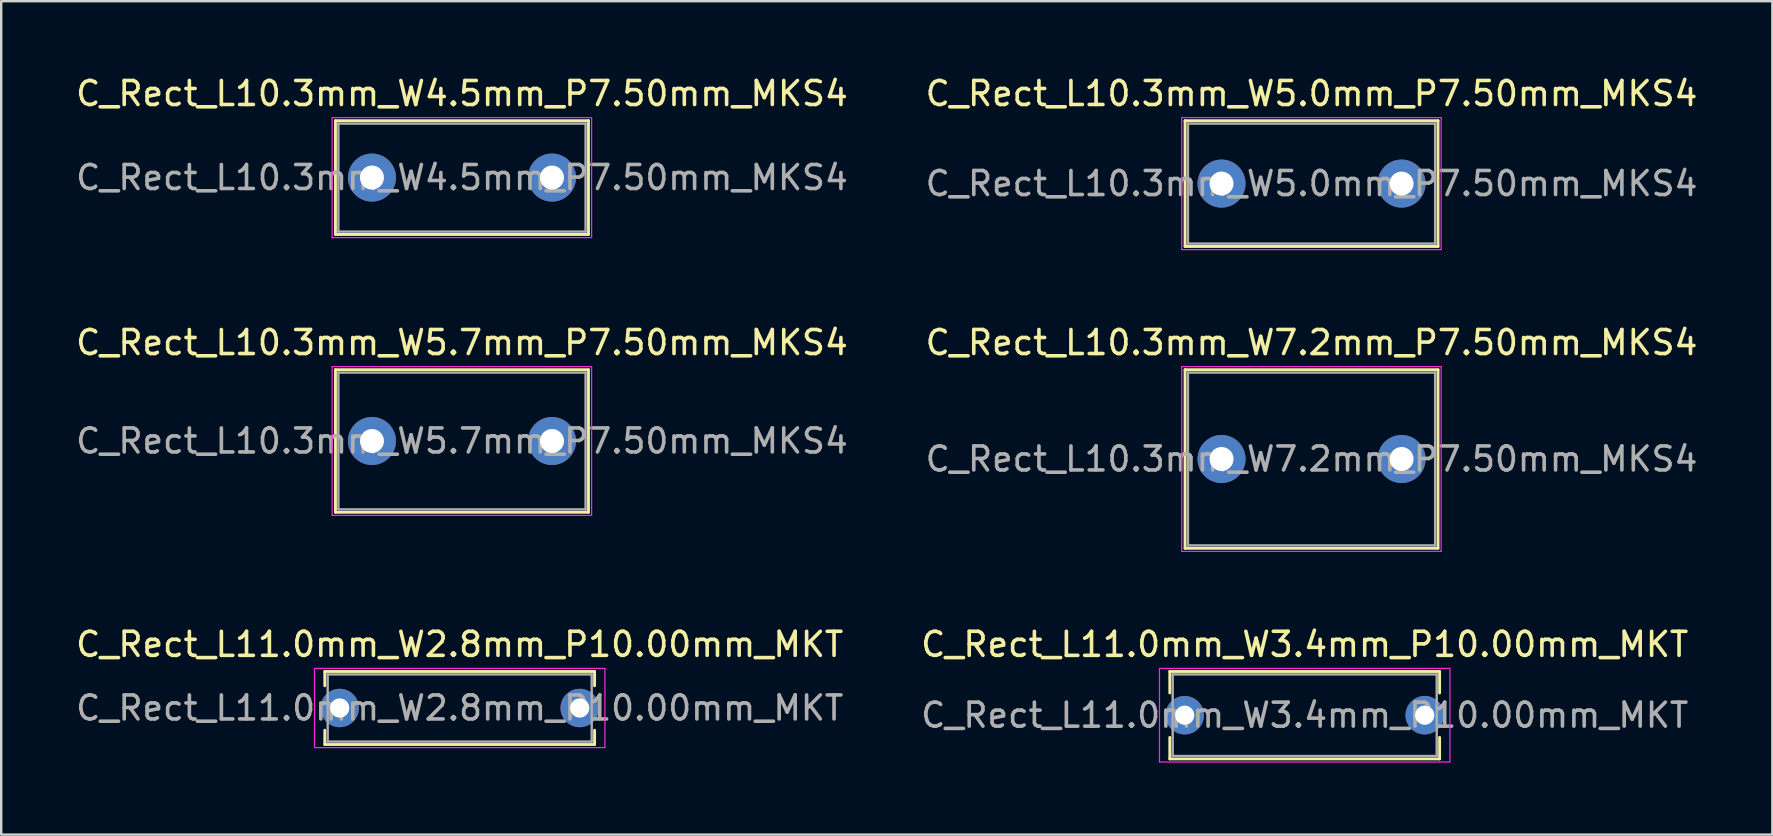
<source format=kicad_pcb>
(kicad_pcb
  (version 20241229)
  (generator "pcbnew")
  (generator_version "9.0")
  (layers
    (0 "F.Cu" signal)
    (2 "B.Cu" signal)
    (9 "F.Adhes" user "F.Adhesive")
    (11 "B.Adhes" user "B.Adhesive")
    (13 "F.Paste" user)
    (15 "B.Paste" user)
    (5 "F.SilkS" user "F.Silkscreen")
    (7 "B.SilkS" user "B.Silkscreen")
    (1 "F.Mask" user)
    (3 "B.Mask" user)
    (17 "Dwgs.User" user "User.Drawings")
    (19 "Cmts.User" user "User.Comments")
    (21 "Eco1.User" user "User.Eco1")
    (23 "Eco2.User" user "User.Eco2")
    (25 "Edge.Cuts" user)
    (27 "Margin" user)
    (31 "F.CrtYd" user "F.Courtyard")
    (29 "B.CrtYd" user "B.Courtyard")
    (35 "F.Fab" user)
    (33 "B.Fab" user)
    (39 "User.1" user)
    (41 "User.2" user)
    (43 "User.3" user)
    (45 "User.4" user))
  (footprint "C_Rect_L10.3mm_W5.7mm_P7.50mm_MKS4"
    (layer "F.Cu")
    (at 12.446 15.322)
    (property "Reference" "C_Rect_L10.3mm_W5.7mm_P7.50mm_MKS4" (at 3.75 -4.1 0) (layer "F.SilkS") (effects (font (size 1 1) (thickness 0.15))))
    (attr through_hole)
    (fp_line (start -1.52 -2.97) (end -1.52 2.97) (stroke (width 0.12) (type solid)) (layer "F.SilkS"))
    (fp_line (start -1.52 -2.97) (end 9.02 -2.97) (stroke (width 0.12) (type solid)) (layer "F.SilkS"))
    (fp_line (start -1.52 2.97) (end 9.02 2.97) (stroke (width 0.12) (type solid)) (layer "F.SilkS"))
    (fp_line (start 9.02 -2.97) (end 9.02 2.97) (stroke (width 0.12) (type solid)) (layer "F.SilkS"))
    (fp_line (start -1.66 -3.1) (end -1.66 3.1) (stroke (width 0.05) (type solid)) (layer "F.CrtYd"))
    (fp_line (start -1.66 3.1) (end 9.15 3.1) (stroke (width 0.05) (type solid)) (layer "F.CrtYd"))
    (fp_line (start 9.15 -3.1) (end -1.66 -3.1) (stroke (width 0.05) (type solid)) (layer "F.CrtYd"))
    (fp_line (start 9.15 3.1) (end 9.15 -3.1) (stroke (width 0.05) (type solid)) (layer "F.CrtYd"))
    (fp_line (start -1.4 -2.85) (end -1.4 2.85) (stroke (width 0.1) (type solid)) (layer "F.Fab"))
    (fp_line (start -1.4 2.85) (end 8.9 2.85) (stroke (width 0.1) (type solid)) (layer "F.Fab"))
    (fp_line (start 8.9 -2.85) (end -1.4 -2.85) (stroke (width 0.1) (type solid)) (layer "F.Fab"))
    (fp_line (start 8.9 2.85) (end 8.9 -2.85) (stroke (width 0.1) (type solid)) (layer "F.Fab"))
    (fp_text user "${REFERENCE}" (at 3.75 0 0) (layer "F.Fab") (effects (font (size 1 1) (thickness 0.15))))
    (pad "1" thru_hole circle (at 0 0) (size 2 2) (drill 1) (layers "*.Cu" "*.Mask"))
    (pad "2" thru_hole circle (at 7.5 0) (size 2 2) (drill 1) (layers "*.Cu" "*.Mask")))
  (footprint "C_Rect_L10.3mm_W4.5mm_P7.50mm_MKS4"
    (layer "F.Cu")
    (at 12.446 4.348)
    (property "Reference" "C_Rect_L10.3mm_W4.5mm_P7.50mm_MKS4" (at 3.75 -3.5 0) (layer "F.SilkS") (effects (font (size 1 1) (thickness 0.15))))
    (attr through_hole)
    (fp_line (start -1.52 -2.37) (end -1.52 2.37) (stroke (width 0.12) (type solid)) (layer "F.SilkS"))
    (fp_line (start -1.52 -2.37) (end 9.02 -2.37) (stroke (width 0.12) (type solid)) (layer "F.SilkS"))
    (fp_line (start -1.52 2.37) (end 9.02 2.37) (stroke (width 0.12) (type solid)) (layer "F.SilkS"))
    (fp_line (start 9.02 -2.37) (end 9.02 2.37) (stroke (width 0.12) (type solid)) (layer "F.SilkS"))
    (fp_line (start -1.66 -2.5) (end -1.66 2.5) (stroke (width 0.05) (type solid)) (layer "F.CrtYd"))
    (fp_line (start -1.66 2.5) (end 9.15 2.5) (stroke (width 0.05) (type solid)) (layer "F.CrtYd"))
    (fp_line (start 9.15 -2.5) (end -1.66 -2.5) (stroke (width 0.05) (type solid)) (layer "F.CrtYd"))
    (fp_line (start 9.15 2.5) (end 9.15 -2.5) (stroke (width 0.05) (type solid)) (layer "F.CrtYd"))
    (fp_line (start -1.4 -2.25) (end -1.4 2.25) (stroke (width 0.1) (type solid)) (layer "F.Fab"))
    (fp_line (start -1.4 2.25) (end 8.9 2.25) (stroke (width 0.1) (type solid)) (layer "F.Fab"))
    (fp_line (start 8.9 -2.25) (end -1.4 -2.25) (stroke (width 0.1) (type solid)) (layer "F.Fab"))
    (fp_line (start 8.9 2.25) (end 8.9 -2.25) (stroke (width 0.1) (type solid)) (layer "F.Fab"))
    (fp_text user "${REFERENCE}" (at 3.75 0 0) (layer "F.Fab") (effects (font (size 1 1) (thickness 0.15))))
    (pad "1" thru_hole circle (at 0 0) (size 2 2) (drill 1) (layers "*.Cu" "*.Mask"))
    (pad "2" thru_hole circle (at 7.5 0) (size 2 2) (drill 1) (layers "*.Cu" "*.Mask")))
  (footprint "C_Rect_L11.0mm_W2.8mm_P10.00mm_MKT"
    (layer "F.Cu")
    (at 11.101 26.445)
    (property "Reference" "C_Rect_L11.0mm_W2.8mm_P10.00mm_MKT" (at 5 -2.65 0) (layer "F.SilkS") (effects (font (size 1 1) (thickness 0.15))))
    (attr through_hole)
    (fp_line (start -0.62 -1.52) (end -0.62 -0.925) (stroke (width 0.12) (type solid)) (layer "F.SilkS"))
    (fp_line (start -0.62 -1.52) (end 10.62 -1.52) (stroke (width 0.12) (type solid)) (layer "F.SilkS"))
    (fp_line (start -0.62 0.925) (end -0.62 1.52) (stroke (width 0.12) (type solid)) (layer "F.SilkS"))
    (fp_line (start -0.62 1.52) (end 10.62 1.52) (stroke (width 0.12) (type solid)) (layer "F.SilkS"))
    (fp_line (start 10.62 -1.52) (end 10.62 -0.925) (stroke (width 0.12) (type solid)) (layer "F.SilkS"))
    (fp_line (start 10.62 0.925) (end 10.62 1.52) (stroke (width 0.12) (type solid)) (layer "F.SilkS"))
    (fp_line (start -1.05 -1.65) (end -1.05 1.65) (stroke (width 0.05) (type solid)) (layer "F.CrtYd"))
    (fp_line (start -1.05 1.65) (end 11.05 1.65) (stroke (width 0.05) (type solid)) (layer "F.CrtYd"))
    (fp_line (start 11.05 -1.65) (end -1.05 -1.65) (stroke (width 0.05) (type solid)) (layer "F.CrtYd"))
    (fp_line (start 11.05 1.65) (end 11.05 -1.65) (stroke (width 0.05) (type solid)) (layer "F.CrtYd"))
    (fp_line (start -0.5 -1.4) (end -0.5 1.4) (stroke (width 0.1) (type solid)) (layer "F.Fab"))
    (fp_line (start -0.5 1.4) (end 10.5 1.4) (stroke (width 0.1) (type solid)) (layer "F.Fab"))
    (fp_line (start 10.5 -1.4) (end -0.5 -1.4) (stroke (width 0.1) (type solid)) (layer "F.Fab"))
    (fp_line (start 10.5 1.4) (end 10.5 -1.4) (stroke (width 0.1) (type solid)) (layer "F.Fab"))
    (fp_text user "${REFERENCE}" (at 5 0 0) (layer "F.Fab") (effects (font (size 1 1) (thickness 0.15))))
    (pad "1" thru_hole circle (at 0 0) (size 1.6 1.6) (drill 0.8) (layers "*.Cu" "*.Mask"))
    (pad "2" thru_hole circle (at 10 0) (size 1.6 1.6) (drill 0.8) (layers "*.Cu" "*.Mask")))
  (footprint "C_Rect_L11.0mm_W3.4mm_P10.00mm_MKT"
    (layer "F.Cu")
    (at 46.304 26.745)
    (property "Reference" "C_Rect_L11.0mm_W3.4mm_P10.00mm_MKT" (at 5 -2.95 0) (layer "F.SilkS") (effects (font (size 1 1) (thickness 0.15))))
    (attr through_hole)
    (fp_line (start -0.62 -1.82) (end -0.62 -0.925) (stroke (width 0.12) (type solid)) (layer "F.SilkS"))
    (fp_line (start -0.62 -1.82) (end 10.62 -1.82) (stroke (width 0.12) (type solid)) (layer "F.SilkS"))
    (fp_line (start -0.62 0.925) (end -0.62 1.82) (stroke (width 0.12) (type solid)) (layer "F.SilkS"))
    (fp_line (start -0.62 1.82) (end 10.62 1.82) (stroke (width 0.12) (type solid)) (layer "F.SilkS"))
    (fp_line (start 10.62 -1.82) (end 10.62 -0.925) (stroke (width 0.12) (type solid)) (layer "F.SilkS"))
    (fp_line (start 10.62 0.925) (end 10.62 1.82) (stroke (width 0.12) (type solid)) (layer "F.SilkS"))
    (fp_line (start -1.05 -1.95) (end -1.05 1.95) (stroke (width 0.05) (type solid)) (layer "F.CrtYd"))
    (fp_line (start -1.05 1.95) (end 11.05 1.95) (stroke (width 0.05) (type solid)) (layer "F.CrtYd"))
    (fp_line (start 11.05 -1.95) (end -1.05 -1.95) (stroke (width 0.05) (type solid)) (layer "F.CrtYd"))
    (fp_line (start 11.05 1.95) (end 11.05 -1.95) (stroke (width 0.05) (type solid)) (layer "F.CrtYd"))
    (fp_line (start -0.5 -1.7) (end -0.5 1.7) (stroke (width 0.1) (type solid)) (layer "F.Fab"))
    (fp_line (start -0.5 1.7) (end 10.5 1.7) (stroke (width 0.1) (type solid)) (layer "F.Fab"))
    (fp_line (start 10.5 -1.7) (end -0.5 -1.7) (stroke (width 0.1) (type solid)) (layer "F.Fab"))
    (fp_line (start 10.5 1.7) (end 10.5 -1.7) (stroke (width 0.1) (type solid)) (layer "F.Fab"))
    (fp_text user "${REFERENCE}" (at 5 0 0) (layer "F.Fab") (effects (font (size 1 1) (thickness 0.15))))
    (pad "1" thru_hole circle (at 0 0) (size 1.6 1.6) (drill 0.8) (layers "*.Cu" "*.Mask"))
    (pad "2" thru_hole circle (at 10 0) (size 1.6 1.6) (drill 0.8) (layers "*.Cu" "*.Mask")))
  (footprint "C_Rect_L10.3mm_W7.2mm_P7.50mm_MKS4"
    (layer "F.Cu")
    (at 47.839 16.072)
    (property "Reference" "C_Rect_L10.3mm_W7.2mm_P7.50mm_MKS4" (at 3.75 -4.85 0) (layer "F.SilkS") (effects (font (size 1 1) (thickness 0.15))))
    (attr through_hole)
    (fp_line (start -1.52 -3.72) (end -1.52 3.72) (stroke (width 0.12) (type solid)) (layer "F.SilkS"))
    (fp_line (start -1.52 -3.72) (end 9.02 -3.72) (stroke (width 0.12) (type solid)) (layer "F.SilkS"))
    (fp_line (start -1.52 3.72) (end 9.02 3.72) (stroke (width 0.12) (type solid)) (layer "F.SilkS"))
    (fp_line (start 9.02 -3.72) (end 9.02 3.72) (stroke (width 0.12) (type solid)) (layer "F.SilkS"))
    (fp_line (start -1.66 -3.85) (end -1.66 3.85) (stroke (width 0.05) (type solid)) (layer "F.CrtYd"))
    (fp_line (start -1.66 3.85) (end 9.15 3.85) (stroke (width 0.05) (type solid)) (layer "F.CrtYd"))
    (fp_line (start 9.15 -3.85) (end -1.66 -3.85) (stroke (width 0.05) (type solid)) (layer "F.CrtYd"))
    (fp_line (start 9.15 3.85) (end 9.15 -3.85) (stroke (width 0.05) (type solid)) (layer "F.CrtYd"))
    (fp_line (start -1.4 -3.6) (end -1.4 3.6) (stroke (width 0.1) (type solid)) (layer "F.Fab"))
    (fp_line (start -1.4 3.6) (end 8.9 3.6) (stroke (width 0.1) (type solid)) (layer "F.Fab"))
    (fp_line (start 8.9 -3.6) (end -1.4 -3.6) (stroke (width 0.1) (type solid)) (layer "F.Fab"))
    (fp_line (start 8.9 3.6) (end 8.9 -3.6) (stroke (width 0.1) (type solid)) (layer "F.Fab"))
    (fp_text user "${REFERENCE}" (at 3.75 0 0) (layer "F.Fab") (effects (font (size 1 1) (thickness 0.15))))
    (pad "1" thru_hole circle (at 0 0) (size 2 2) (drill 1) (layers "*.Cu" "*.Mask"))
    (pad "2" thru_hole circle (at 7.5 0) (size 2 2) (drill 1) (layers "*.Cu" "*.Mask")))
  (footprint "C_Rect_L10.3mm_W5.0mm_P7.50mm_MKS4"
    (layer "F.Cu")
    (at 47.839 4.598)
    (property "Reference" "C_Rect_L10.3mm_W5.0mm_P7.50mm_MKS4" (at 3.75 -3.75 0) (layer "F.SilkS") (effects (font (size 1 1) (thickness 0.15))))
    (attr through_hole)
    (fp_line (start -1.52 -2.62) (end -1.52 2.62) (stroke (width 0.12) (type solid)) (layer "F.SilkS"))
    (fp_line (start -1.52 -2.62) (end 9.02 -2.62) (stroke (width 0.12) (type solid)) (layer "F.SilkS"))
    (fp_line (start -1.52 2.62) (end 9.02 2.62) (stroke (width 0.12) (type solid)) (layer "F.SilkS"))
    (fp_line (start 9.02 -2.62) (end 9.02 2.62) (stroke (width 0.12) (type solid)) (layer "F.SilkS"))
    (fp_line (start -1.66 -2.75) (end -1.66 2.75) (stroke (width 0.05) (type solid)) (layer "F.CrtYd"))
    (fp_line (start -1.66 2.75) (end 9.15 2.75) (stroke (width 0.05) (type solid)) (layer "F.CrtYd"))
    (fp_line (start 9.15 -2.75) (end -1.66 -2.75) (stroke (width 0.05) (type solid)) (layer "F.CrtYd"))
    (fp_line (start 9.15 2.75) (end 9.15 -2.75) (stroke (width 0.05) (type solid)) (layer "F.CrtYd"))
    (fp_line (start -1.4 -2.5) (end -1.4 2.5) (stroke (width 0.1) (type solid)) (layer "F.Fab"))
    (fp_line (start -1.4 2.5) (end 8.9 2.5) (stroke (width 0.1) (type solid)) (layer "F.Fab"))
    (fp_line (start 8.9 -2.5) (end -1.4 -2.5) (stroke (width 0.1) (type solid)) (layer "F.Fab"))
    (fp_line (start 8.9 2.5) (end 8.9 -2.5) (stroke (width 0.1) (type solid)) (layer "F.Fab"))
    (fp_text user "${REFERENCE}" (at 3.75 0 0) (layer "F.Fab") (effects (font (size 1 1) (thickness 0.15))))
    (pad "1" thru_hole circle (at 0 0) (size 2 2) (drill 1) (layers "*.Cu" "*.Mask"))
    (pad "2" thru_hole circle (at 7.5 0) (size 2 2) (drill 1) (layers "*.Cu" "*.Mask")))
  (gr_rect
    (start -3 -3)
    (end 70.786 31.72)
    (stroke (width 0.1) (type default))
    (fill no)
    (layer "Edge.Cuts")))
</source>
